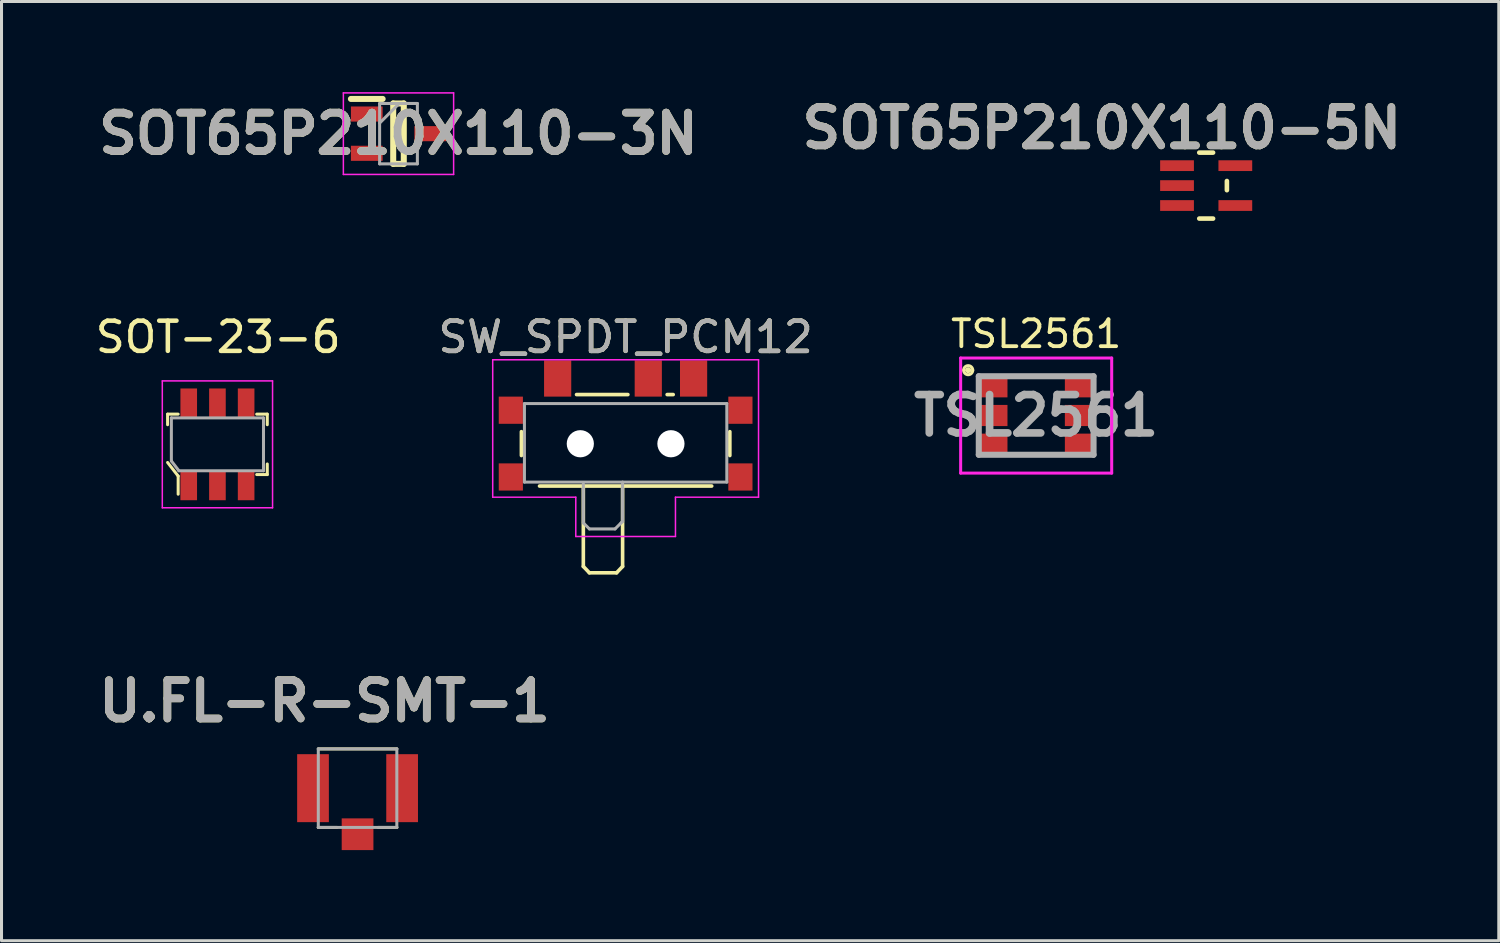
<source format=kicad_pcb>
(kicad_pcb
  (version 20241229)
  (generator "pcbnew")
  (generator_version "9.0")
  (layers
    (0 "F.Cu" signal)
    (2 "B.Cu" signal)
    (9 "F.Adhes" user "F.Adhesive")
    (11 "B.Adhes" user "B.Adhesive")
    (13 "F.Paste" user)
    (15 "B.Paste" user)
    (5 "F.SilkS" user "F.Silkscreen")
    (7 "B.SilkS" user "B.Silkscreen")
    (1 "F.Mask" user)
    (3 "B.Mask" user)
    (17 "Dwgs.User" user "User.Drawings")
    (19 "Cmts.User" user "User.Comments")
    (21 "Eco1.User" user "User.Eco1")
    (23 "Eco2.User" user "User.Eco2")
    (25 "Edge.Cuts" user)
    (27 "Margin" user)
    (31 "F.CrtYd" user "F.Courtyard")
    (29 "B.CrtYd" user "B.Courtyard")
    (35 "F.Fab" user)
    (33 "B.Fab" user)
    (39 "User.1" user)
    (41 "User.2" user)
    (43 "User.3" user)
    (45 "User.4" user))
  (footprint "SOT65P210X110-5N"
    (layer "F.Cu")
    (at 36.88 3.094)
    (property "Reference" "SOT65P210X110-5N" (at -3.454 -1.905 0) (layer "F.SilkS") (effects (font (size 1.27 1.27) (thickness 0.254))))
    (attr smd)
    (fp_line (start -0.229 1.092) (end 0.229 1.092) (stroke (width 0.152) (type solid)) (layer "F.SilkS"))
    (fp_line (start 0.229 -1.092) (end -0.229 -1.092) (stroke (width 0.152) (type solid)) (layer "F.SilkS"))
    (fp_line (start 0.686 0.152) (end 0.686 -0.152) (stroke (width 0.152) (type solid)) (layer "F.SilkS"))
    (fp_text user "${REFERENCE}" (at -3.454 -1.905 0) (layer "F.Fab") (effects (font (size 1.27 1.27) (thickness 0.254))))
    (pad "1" smd rect (at -0.965 -0.66 90) (size 0.356 1.118) (layers "F.Cu" "F.Mask" "F.Paste"))
    (pad "2" smd rect (at -0.965 0 90) (size 0.356 1.118) (layers "F.Cu" "F.Mask" "F.Paste"))
    (pad "3" smd rect (at -0.965 0.66 90) (size 0.356 1.118) (layers "F.Cu" "F.Mask" "F.Paste"))
    (pad "4" smd rect (at 0.965 0.66 90) (size 0.356 1.118) (layers "F.Cu" "F.Mask" "F.Paste"))
    (pad "5" smd rect (at 0.965 -0.66 90) (size 0.356 1.118) (layers "F.Cu" "F.Mask" "F.Paste")))
  (footprint "SW_SPDT_PCM12"
    (layer "F.Cu")
    (at 17.661 11.31)
    (property "Reference" "SW_SPDT_PCM12" (at 0 -3.2 0) (layer "F.SilkS") (effects (font (size 1 1) (thickness 0.15))))
    (attr smd)
    (fp_line (start -3.45 -0.07) (end -3.45 0.72) (stroke (width 0.12) (type solid)) (layer "F.SilkS"))
    (fp_line (start -2.85 1.73) (end 2.85 1.73) (stroke (width 0.12) (type solid)) (layer "F.SilkS"))
    (fp_line (start -1.625 -1.298) (end 0.075 -1.298) (stroke (width 0.12) (type solid)) (layer "F.SilkS"))
    (fp_line (start -1.4 1.73) (end -1.4 4.392) (stroke (width 0.12) (type solid)) (layer "F.SilkS"))
    (fp_line (start -1.4 4.392) (end -1.2 4.602) (stroke (width 0.12) (type solid)) (layer "F.SilkS"))
    (fp_line (start -1.2 4.602) (end -0.3 4.602) (stroke (width 0.12) (type solid)) (layer "F.SilkS"))
    (fp_line (start -0.1 4.392) (end -0.3 4.602) (stroke (width 0.12) (type solid)) (layer "F.SilkS"))
    (fp_line (start -0.1 4.394) (end -0.1 1.73) (stroke (width 0.12) (type solid)) (layer "F.SilkS"))
    (fp_line (start 1.375 -1.298) (end 1.575 -1.298) (stroke (width 0.12) (type solid)) (layer "F.SilkS"))
    (fp_line (start 3.45 0.72) (end 3.45 -0.07) (stroke (width 0.12) (type solid)) (layer "F.SilkS"))
    (fp_line (start -4.4 -2.45) (end 4.4 -2.45) (stroke (width 0.05) (type solid)) (layer "F.CrtYd"))
    (fp_line (start -4.4 2.1) (end -4.4 -2.45) (stroke (width 0.05) (type solid)) (layer "F.CrtYd"))
    (fp_line (start -1.65 2.1) (end -4.4 2.1) (stroke (width 0.05) (type solid)) (layer "F.CrtYd"))
    (fp_line (start -1.65 3.4) (end -1.65 2.1) (stroke (width 0.05) (type solid)) (layer "F.CrtYd"))
    (fp_line (start 1.65 2.1) (end 1.65 3.4) (stroke (width 0.05) (type solid)) (layer "F.CrtYd"))
    (fp_line (start 1.65 3.4) (end -1.65 3.4) (stroke (width 0.05) (type solid)) (layer "F.CrtYd"))
    (fp_line (start 4.4 -2.45) (end 4.4 2.1) (stroke (width 0.05) (type solid)) (layer "F.CrtYd"))
    (fp_line (start 4.4 2.1) (end 1.65 2.1) (stroke (width 0.05) (type solid)) (layer "F.CrtYd"))
    (fp_line (start -3.35 -1) (end -3.35 1.6) (stroke (width 0.1) (type solid)) (layer "F.Fab"))
    (fp_line (start -3.35 1.6) (end 3.35 1.6) (stroke (width 0.1) (type solid)) (layer "F.Fab"))
    (fp_line (start -1.4 1.65) (end -1.4 2.95) (stroke (width 0.1) (type solid)) (layer "F.Fab"))
    (fp_line (start -1.4 2.95) (end -1.2 3.15) (stroke (width 0.1) (type solid)) (layer "F.Fab"))
    (fp_line (start -1.2 3.15) (end -0.35 3.15) (stroke (width 0.1) (type solid)) (layer "F.Fab"))
    (fp_line (start -0.35 3.15) (end -0.15 2.95) (stroke (width 0.1) (type solid)) (layer "F.Fab"))
    (fp_line (start -0.15 2.95) (end -0.1 2.9) (stroke (width 0.1) (type solid)) (layer "F.Fab"))
    (fp_line (start -0.1 2.9) (end -0.1 1.6) (stroke (width 0.1) (type solid)) (layer "F.Fab"))
    (fp_line (start 3.35 -1) (end -3.35 -1) (stroke (width 0.1) (type solid)) (layer "F.Fab"))
    (fp_line (start 3.35 1.6) (end 3.35 -1) (stroke (width 0.1) (type solid)) (layer "F.Fab"))
    (fp_text user "${REFERENCE}" (at 0 -3.2 0) (layer "F.Fab") (effects (font (size 1 1) (thickness 0.15))))
    (pad "" smd rect (at -3.8 -0.78) (size 0.8 0.9) (layers "F.Cu" "F.Mask" "F.Paste"))
    (pad "" smd rect (at -3.8 1.43) (size 0.8 0.9) (layers "F.Cu" "F.Mask" "F.Paste"))
    (pad "" np_thru_hole circle (at -1.5 0.33) (size 0.9 0.9) (drill 0.9) (layers "*.Cu" "*.Mask"))
    (pad "" np_thru_hole circle (at 1.5 0.33) (size 0.9 0.9) (drill 0.9) (layers "*.Cu" "*.Mask"))
    (pad "" smd rect (at 3.8 -0.78) (size 0.8 0.9) (layers "F.Cu" "F.Mask" "F.Paste"))
    (pad "" smd rect (at 3.8 1.43) (size 0.8 0.9) (layers "F.Cu" "F.Mask" "F.Paste"))
    (pad "1" smd rect (at -2.25 -1.83) (size 0.9 1.2) (layers "F.Cu" "F.Mask" "F.Paste"))
    (pad "2" smd rect (at 0.75 -1.83) (size 0.9 1.2) (layers "F.Cu" "F.Mask" "F.Paste"))
    (pad "3" smd rect (at 2.25 -1.83) (size 0.9 1.2) (layers "F.Cu" "F.Mask" "F.Paste")))
  (footprint "SOT65P210X110-3N"
    (layer "F.Cu")
    (at 10.142 1.375)
    (property "Reference" "SOT65P210X110-3N" (at 0 0 0) (layer "F.SilkS") (effects (font (size 1.27 1.27) (thickness 0.254))))
    (attr smd)
    (fp_line (start -1.575 -1.15) (end -0.525 -1.15) (stroke (width 0.2) (type solid)) (layer "F.SilkS"))
    (fp_line (start -0.175 -1) (end 0.175 -1) (stroke (width 0.2) (type solid)) (layer "F.SilkS"))
    (fp_line (start -0.175 1) (end -0.175 -1) (stroke (width 0.2) (type solid)) (layer "F.SilkS"))
    (fp_line (start 0.175 -1) (end 0.175 1) (stroke (width 0.2) (type solid)) (layer "F.SilkS"))
    (fp_line (start 0.175 1) (end -0.175 1) (stroke (width 0.2) (type solid)) (layer "F.SilkS"))
    (fp_line (start -1.825 -1.35) (end 1.825 -1.35) (stroke (width 0.05) (type solid)) (layer "F.CrtYd"))
    (fp_line (start -1.825 1.35) (end -1.825 -1.35) (stroke (width 0.05) (type solid)) (layer "F.CrtYd"))
    (fp_line (start 1.825 -1.35) (end 1.825 1.35) (stroke (width 0.05) (type solid)) (layer "F.CrtYd"))
    (fp_line (start 1.825 1.35) (end -1.825 1.35) (stroke (width 0.05) (type solid)) (layer "F.CrtYd"))
    (fp_line (start -0.625 -1) (end 0.625 -1) (stroke (width 0.1) (type solid)) (layer "F.Fab"))
    (fp_line (start -0.625 -0.35) (end 0.025 -1) (stroke (width 0.1) (type solid)) (layer "F.Fab"))
    (fp_line (start -0.625 1) (end -0.625 -1) (stroke (width 0.1) (type solid)) (layer "F.Fab"))
    (fp_line (start 0.625 -1) (end 0.625 1) (stroke (width 0.1) (type solid)) (layer "F.Fab"))
    (fp_line (start 0.625 1) (end -0.625 1) (stroke (width 0.1) (type solid)) (layer "F.Fab"))
    (fp_text user "${REFERENCE}" (at 0 0 0) (layer "F.Fab") (effects (font (size 1.27 1.27) (thickness 0.254))))
    (pad "1" smd rect (at -1.05 -0.65 90) (size 0.5 1.05) (layers "F.Cu" "F.Mask" "F.Paste"))
    (pad "2" smd rect (at -1.05 0.65 90) (size 0.5 1.05) (layers "F.Cu" "F.Mask" "F.Paste"))
    (pad "3" smd rect (at 1.05 0 90) (size 0.5 1.05) (layers "F.Cu" "F.Mask" "F.Paste")))
  (footprint "SOT-23-6"
    (layer "F.Cu")
    (at 4.148 11.66)
    (property "Reference" "SOT-23-6" (at 0.025 -3.55 0) (layer "F.SilkS") (effects (font (size 1 1) (thickness 0.15))))
    (attr through_hole)
    (fp_line (start -1.65 -1) (end -1.65 -0.65) (stroke (width 0.1) (type solid)) (layer "F.SilkS"))
    (fp_line (start -1.3 -1) (end -1.65 -1) (stroke (width 0.1) (type solid)) (layer "F.SilkS"))
    (fp_line (start -1.3 1.05) (end -1.65 0.6) (stroke (width 0.1) (type solid)) (layer "F.SilkS"))
    (fp_line (start -1.3 1.65) (end -1.3 1.05) (stroke (width 0.1) (type solid)) (layer "F.SilkS"))
    (fp_line (start 1.3 -1) (end 1.65 -1) (stroke (width 0.1) (type solid)) (layer "F.SilkS"))
    (fp_line (start 1.65 -1) (end 1.65 -0.65) (stroke (width 0.1) (type solid)) (layer "F.SilkS"))
    (fp_line (start 1.65 0.65) (end 1.65 1) (stroke (width 0.1) (type solid)) (layer "F.SilkS"))
    (fp_line (start 1.65 1) (end 1.3 1) (stroke (width 0.1) (type solid)) (layer "F.SilkS"))
    (fp_line (start -1.825 -2.1) (end 1.825 -2.1) (stroke (width 0.05) (type solid)) (layer "F.CrtYd"))
    (fp_line (start -1.825 2.1) (end -1.825 -2.1) (stroke (width 0.05) (type solid)) (layer "F.CrtYd"))
    (fp_line (start 1.825 -2.1) (end 1.825 2.1) (stroke (width 0.05) (type solid)) (layer "F.CrtYd"))
    (fp_line (start 1.825 2.1) (end -1.825 2.1) (stroke (width 0.05) (type solid)) (layer "F.CrtYd"))
    (fp_line (start -1.525 0.55) (end -1.525 -0.875) (stroke (width 0.1) (type solid)) (layer "F.Fab"))
    (fp_line (start -1.525 0.55) (end -1.275 0.875) (stroke (width 0.1) (type solid)) (layer "F.Fab"))
    (fp_line (start 1.525 -0.875) (end -1.525 -0.875) (stroke (width 0.1) (type solid)) (layer "F.Fab"))
    (fp_line (start 1.525 0.875) (end -1.275 0.875) (stroke (width 0.1) (type solid)) (layer "F.Fab"))
    (fp_line (start 1.525 0.875) (end 1.525 -0.875) (stroke (width 0.1) (type solid)) (layer "F.Fab"))
    (pad "1" smd rect (at -0.95 1.35) (size 0.55 1) (layers "F.Cu" "F.Mask" "F.Paste"))
    (pad "2" smd rect (at 0 1.35) (size 0.55 1) (layers "F.Cu" "F.Mask" "F.Paste"))
    (pad "3" smd rect (at 0.95 1.35) (size 0.55 1) (layers "F.Cu" "F.Mask" "F.Paste"))
    (pad "4" smd rect (at 0.95 -1.35) (size 0.55 1) (layers "F.Cu" "F.Mask" "F.Paste"))
    (pad "5" smd rect (at 0 -1.35) (size 0.55 1) (layers "F.Cu" "F.Mask" "F.Paste"))
    (pad "6" smd rect (at -0.95 -1.35) (size 0.55 1) (layers "F.Cu" "F.Mask" "F.Paste")))
  (footprint "U.FL-R-SMT-1"
    (layer "F.Cu")
    (at 8.787 23.042)
    (property "Reference" "U.FL-R-SMT-1" (at -1.095 -2.881 0) (layer "F.SilkS") (effects (font (size 1.27 1.27) (thickness 0.254))))
    (attr smd)
    (fp_line (start -1.3 -1.3) (end 1.3 -1.3) (stroke (width 0.1) (type solid)) (layer "F.SilkS"))
    (fp_line (start -1.3 1.3) (end -0.681 1.3) (stroke (width 0.1) (type solid)) (layer "F.SilkS"))
    (fp_line (start 1.3 1.3) (end 0.681 1.3) (stroke (width 0.1) (type solid)) (layer "F.SilkS"))
    (fp_line (start -1.3 -1.3) (end 1.3 -1.3) (stroke (width 0.1) (type solid)) (layer "F.Fab"))
    (fp_line (start -1.3 1.3) (end -1.3 -1.3) (stroke (width 0.1) (type solid)) (layer "F.Fab"))
    (fp_line (start 1.3 -1.3) (end 1.3 1.3) (stroke (width 0.1) (type solid)) (layer "F.Fab"))
    (fp_line (start 1.3 1.3) (end -1.3 1.3) (stroke (width 0.1) (type solid)) (layer "F.Fab"))
    (fp_text user "${REFERENCE}" (at -1.095 -2.881 0) (layer "F.Fab") (effects (font (size 1.27 1.27) (thickness 0.254))))
    (pad "1" smd rect (at -1.475 0) (size 1.05 2.25) (layers "F.Cu" "F.Mask" "F.Paste"))
    (pad "2" smd rect (at 1.475 0) (size 1.05 2.25) (layers "F.Cu" "F.Mask" "F.Paste"))
    (pad "3" smd rect (at 0 1.525 90) (size 1.05 1.05) (layers "F.Cu" "F.Mask" "F.Paste")))
  (footprint "TSL2561"
    (layer "F.Cu")
    (at 31.252 10.705)
    (property "Reference" "TSL2561" (at 0 -2.7 0) (layer "F.SilkS") (effects (font (size 0.889 0.889) (thickness 0.127))))
    (attr smd)
    (fp_line (start -0.5 -1.3) (end 0.5 -1.303) (stroke (width 0.1) (type solid)) (layer "F.SilkS"))
    (fp_line (start -0.5 1.3) (end 0.5 1.307) (stroke (width 0.1) (type solid)) (layer "F.SilkS"))
    (fp_arc (start -2.4 -1.5) (mid -2.25 -1.65) (end -2.1 -1.5) (stroke (width 0.1) (type solid)) (layer "F.SilkS"))
    (fp_arc (start -2.3 -1.5) (mid -2.25 -1.55) (end -2.2 -1.5) (stroke (width 0.1016) (type solid)) (layer "F.SilkS"))
    (fp_arc (start -2.2 -1.5) (mid -2.25 -1.45) (end -2.3 -1.5) (stroke (width 0.1016) (type solid)) (layer "F.SilkS"))
    (fp_arc (start -2.1 -1.5) (mid -2.25 -1.35) (end -2.4 -1.5) (stroke (width 0.1) (type solid)) (layer "F.SilkS"))
    (fp_line (start -2.5 -1.903) (end 2.5 -1.903) (stroke (width 0.1) (type solid)) (layer "F.CrtYd"))
    (fp_line (start -2.5 1.907) (end -2.5 -1.903) (stroke (width 0.1) (type solid)) (layer "F.CrtYd"))
    (fp_line (start 2.5 -1.903) (end 2.5 1.907) (stroke (width 0.1) (type solid)) (layer "F.CrtYd"))
    (fp_line (start 2.5 1.907) (end -2.5 1.907) (stroke (width 0.1) (type solid)) (layer "F.CrtYd"))
    (fp_line (start -1.9 -1.3) (end 1.9 -1.3) (stroke (width 0.2) (type solid)) (layer "F.Fab"))
    (fp_line (start -1.9 1.3) (end -1.9 -1.3) (stroke (width 0.2) (type solid)) (layer "F.Fab"))
    (fp_line (start 1.9 -1.3) (end 1.9 1.3) (stroke (width 0.2) (type solid)) (layer "F.Fab"))
    (fp_line (start 1.9 1.3) (end -1.9 1.3) (stroke (width 0.2) (type solid)) (layer "F.Fab"))
    (fp_text user "${REFERENCE}" (at 0 0.002 0) (layer "F.Fab") (effects (font (size 1.27 1.27) (thickness 0.254))))
    (pad "1" smd rect (at -1.45 -0.95 90) (size 0.7 1) (layers "F.Cu" "F.Mask" "F.Paste"))
    (pad "2" smd rect (at -1.45 0 90) (size 0.7 1) (layers "F.Cu" "F.Mask" "F.Paste"))
    (pad "3" smd rect (at -1.45 0.95 90) (size 0.7 1) (layers "F.Cu" "F.Mask" "F.Paste"))
    (pad "4" smd rect (at 1.45 0.95 90) (size 0.7 1) (layers "F.Cu" "F.Mask" "F.Paste"))
    (pad "5" smd rect (at 1.45 0 90) (size 0.7 1) (layers "F.Cu" "F.Mask" "F.Paste"))
    (pad "6" smd rect (at 1.45 -0.95 90) (size 0.7 1) (layers "F.Cu" "F.Mask" "F.Paste")))
  (gr_rect
    (start -3 -3)
    (end 46.567 28.092)
    (stroke (width 0.1) (type default))
    (fill no)
    (layer "Edge.Cuts")))
</source>
